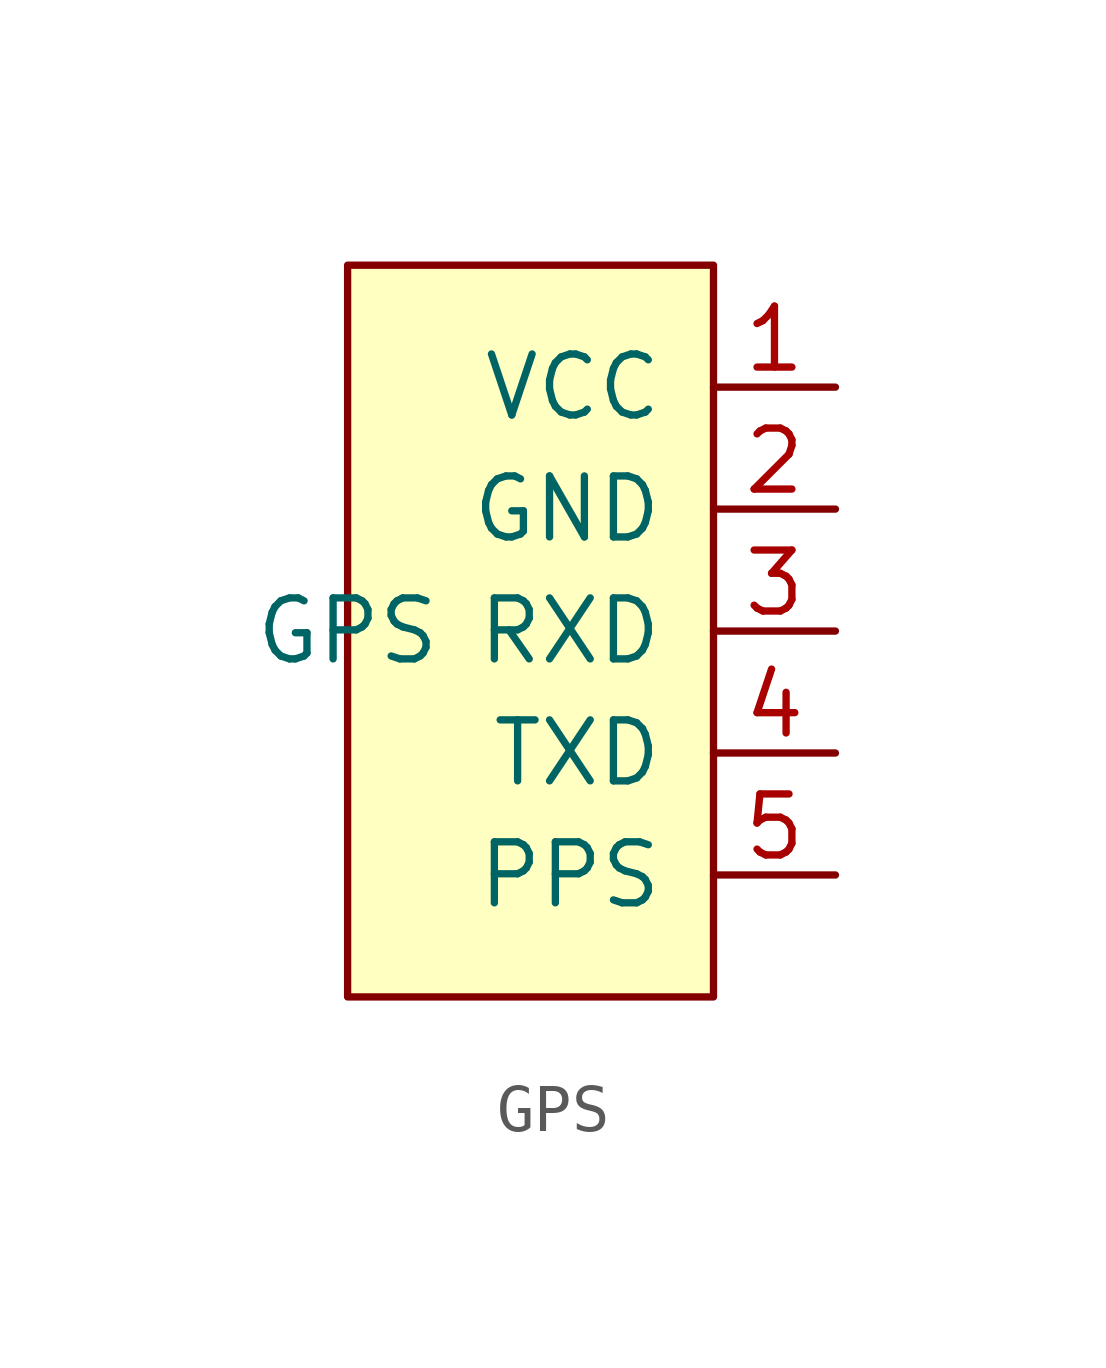
<source format=kicad_sym>
(kicad_symbol_lib
  (version 20211014)
  (generator kicad_symbol_editor)
  (symbol "GPS"
    (pin_names
      (offset 1.016))
    (property "Reference" "Brd"
      (at 5.08 7.62 0)
      (effects (font (size 1.27 1.27)) hide))
    (property "Value" "GPS"
      (at 0 0 0)
      (effects (font (size 1.27 1.27))))
    (symbol "GPS_0_1"
      (rectangle (start 0 7.62) (end 7.62 -7.62) (stroke (width 0) (type default) (color 0 0 0 0)) (fill (type background))))
    (symbol "GPS_1_1"
      (pin input line (at 10.16 5.08 180) (length 2.54) (name "VCC" (effects (font (size 1.27 1.27)))) (number "1" (effects (font (size 1.27 1.27)))))
      (pin input line (at 10.16 2.54 180) (length 2.54) (name "GND" (effects (font (size 1.27 1.27)))) (number "2" (effects (font (size 1.27 1.27)))))
      (pin input line (at 10.16 0 180) (length 2.54) (name "RXD" (effects (font (size 1.27 1.27)))) (number "3" (effects (font (size 1.27 1.27)))))
      (pin output line (at 10.16 -2.54 180) (length 2.54) (name "TXD" (effects (font (size 1.27 1.27)))) (number "4" (effects (font (size 1.27 1.27)))))
      (pin passive line (at 10.16 -5.08 180) (length 2.54) (name "PPS" (effects (font (size 1.27 1.27)))) (number "5" (effects (font (size 1.27 1.27))))))))
</source>
